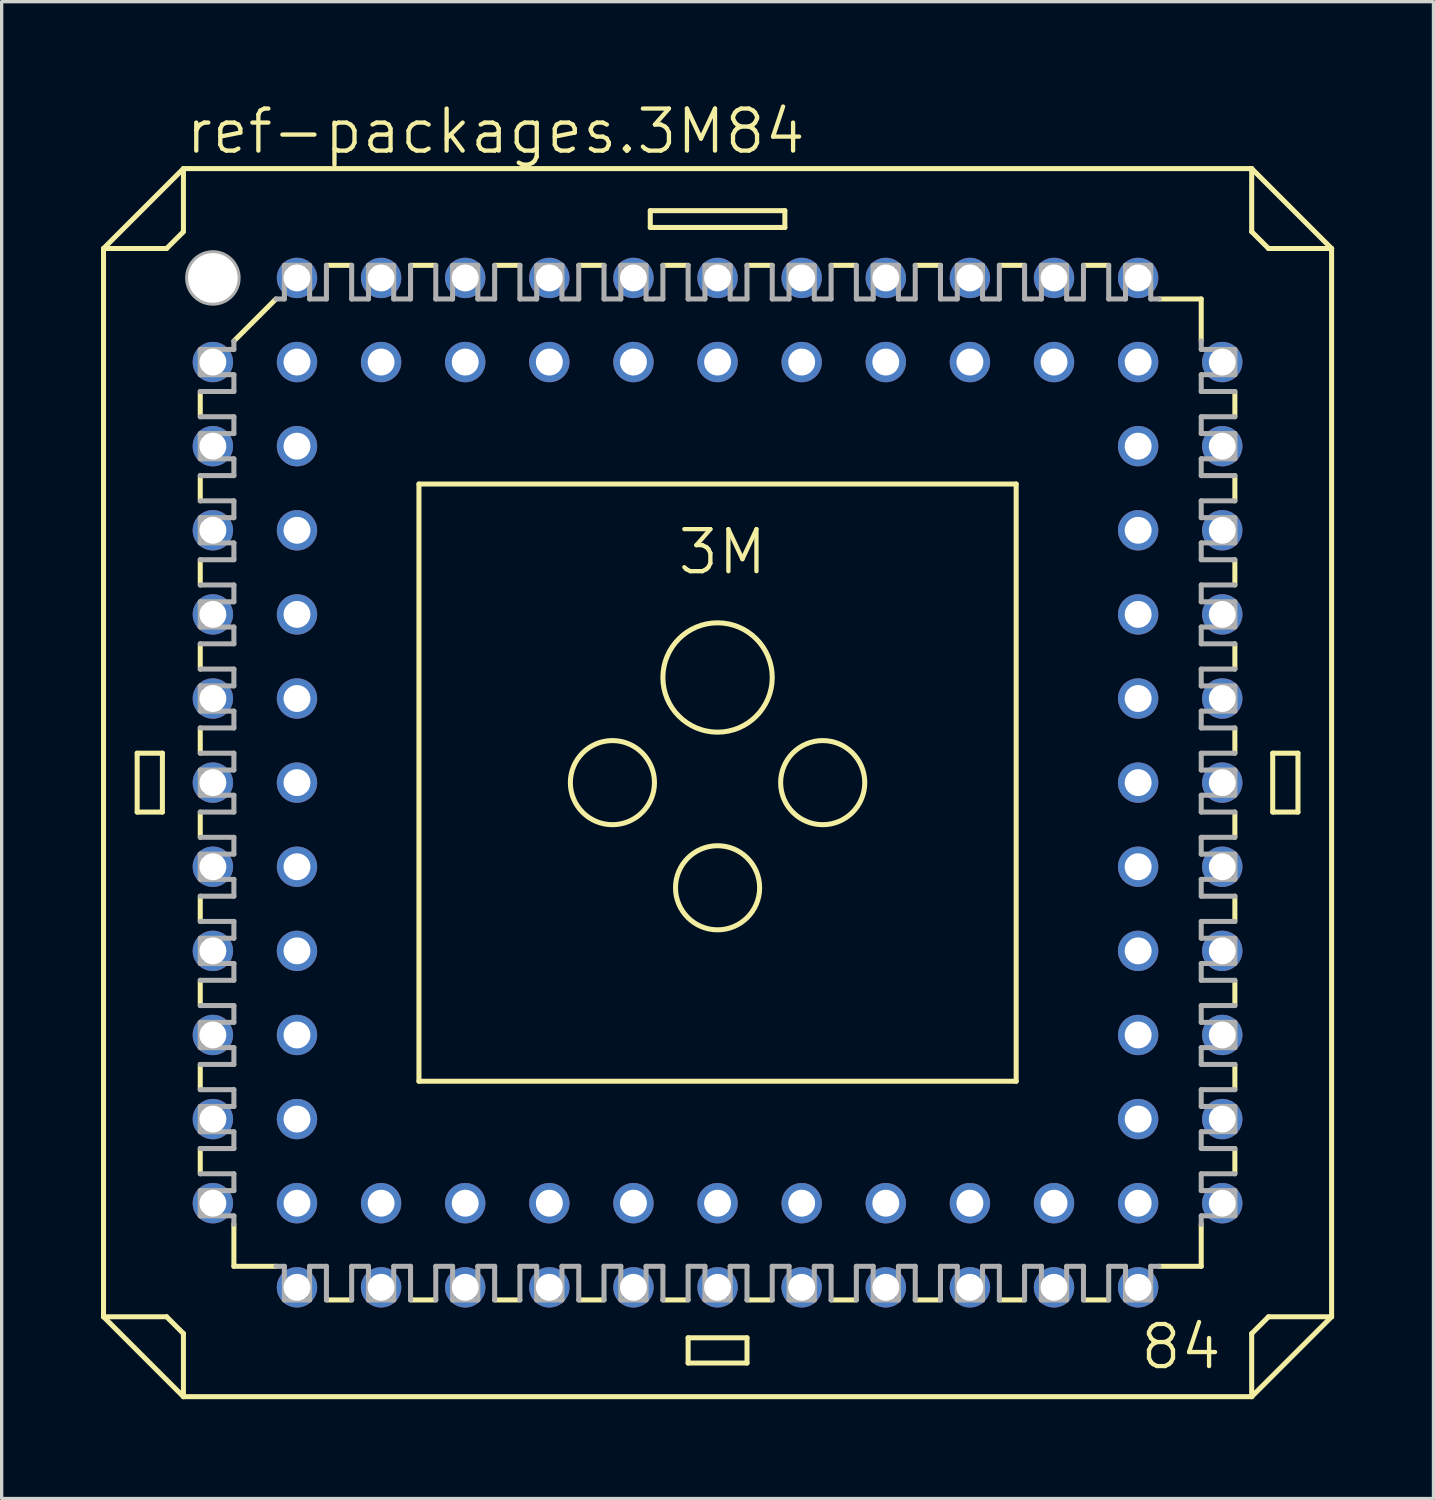
<source format=kicad_pcb>
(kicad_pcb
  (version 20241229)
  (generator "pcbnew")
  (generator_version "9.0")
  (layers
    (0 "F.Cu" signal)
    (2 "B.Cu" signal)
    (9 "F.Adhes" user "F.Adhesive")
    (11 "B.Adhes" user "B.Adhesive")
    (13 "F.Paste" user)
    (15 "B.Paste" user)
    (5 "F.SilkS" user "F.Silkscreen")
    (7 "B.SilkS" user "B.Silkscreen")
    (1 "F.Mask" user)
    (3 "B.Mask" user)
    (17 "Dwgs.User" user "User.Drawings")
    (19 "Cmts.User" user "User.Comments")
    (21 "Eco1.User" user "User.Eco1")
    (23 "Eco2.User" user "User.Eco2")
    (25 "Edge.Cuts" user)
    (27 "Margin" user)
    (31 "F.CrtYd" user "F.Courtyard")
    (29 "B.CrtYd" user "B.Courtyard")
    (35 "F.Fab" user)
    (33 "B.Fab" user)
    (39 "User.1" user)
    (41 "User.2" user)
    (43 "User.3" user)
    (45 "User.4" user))
  (footprint "ref-packages.3M84"
    (layer "F.Cu")
    (at 18.618 20.583)
    (property "Reference" "ref-packages.3M84" (at -16.129 -18.923 0) (layer "F.SilkS") (effects (font (size 1.27 1.27) (thickness 0.13)) (justify left bottom)))
    (attr through_hole)
    (fp_line (start -18.542 -16.129) (end -18.542 16.129) (stroke (width 0.152) (type default)) (layer "F.SilkS"))
    (fp_line (start -18.542 -16.129) (end -16.129 -18.542) (stroke (width 0.152) (type default)) (layer "F.SilkS"))
    (fp_line (start -18.542 16.129) (end -16.637 16.129) (stroke (width 0.152) (type default)) (layer "F.SilkS"))
    (fp_line (start -17.526 -0.889) (end -16.764 -0.889) (stroke (width 0.152) (type default)) (layer "F.SilkS"))
    (fp_line (start -17.526 0.889) (end -17.526 -0.889) (stroke (width 0.152) (type default)) (layer "F.SilkS"))
    (fp_line (start -17.526 0.889) (end -16.764 0.889) (stroke (width 0.152) (type default)) (layer "F.SilkS"))
    (fp_line (start -16.764 0.889) (end -16.764 -0.889) (stroke (width 0.152) (type default)) (layer "F.SilkS"))
    (fp_line (start -16.637 -16.129) (end -18.542 -16.129) (stroke (width 0.152) (type default)) (layer "F.SilkS"))
    (fp_line (start -16.637 -16.129) (end -16.129 -16.637) (stroke (width 0.152) (type default)) (layer "F.SilkS"))
    (fp_line (start -16.129 -18.542) (end -16.129 -16.637) (stroke (width 0.152) (type default)) (layer "F.SilkS"))
    (fp_line (start -16.129 16.637) (end -16.637 16.129) (stroke (width 0.152) (type default)) (layer "F.SilkS"))
    (fp_line (start -16.129 16.637) (end -16.129 18.542) (stroke (width 0.152) (type default)) (layer "F.SilkS"))
    (fp_line (start -16.129 18.542) (end -18.542 16.129) (stroke (width 0.152) (type default)) (layer "F.SilkS"))
    (fp_line (start -15.621 -11.811) (end -15.621 -11.049) (stroke (width 0.152) (type default)) (layer "F.SilkS"))
    (fp_line (start -15.621 -9.271) (end -15.621 -8.509) (stroke (width 0.152) (type default)) (layer "F.SilkS"))
    (fp_line (start -15.621 -6.731) (end -15.621 -5.969) (stroke (width 0.152) (type default)) (layer "F.SilkS"))
    (fp_line (start -15.621 -4.191) (end -15.621 -3.429) (stroke (width 0.152) (type default)) (layer "F.SilkS"))
    (fp_line (start -15.621 -0.889) (end -15.621 -1.651) (stroke (width 0.152) (type default)) (layer "F.SilkS"))
    (fp_line (start -15.621 1.651) (end -15.621 0.889) (stroke (width 0.152) (type default)) (layer "F.SilkS"))
    (fp_line (start -15.621 4.191) (end -15.621 3.429) (stroke (width 0.152) (type default)) (layer "F.SilkS"))
    (fp_line (start -15.621 5.969) (end -15.621 6.731) (stroke (width 0.152) (type default)) (layer "F.SilkS"))
    (fp_line (start -15.621 8.509) (end -15.621 9.271) (stroke (width 0.152) (type default)) (layer "F.SilkS"))
    (fp_line (start -15.621 11.049) (end -15.621 11.811) (stroke (width 0.152) (type default)) (layer "F.SilkS"))
    (fp_line (start -14.605 -13.335) (end -13.335 -14.605) (stroke (width 0.152) (type default)) (layer "F.SilkS"))
    (fp_line (start -14.605 14.605) (end -14.605 13.335) (stroke (width 0.152) (type default)) (layer "F.SilkS"))
    (fp_line (start -14.605 14.605) (end -13.335 14.605) (stroke (width 0.152) (type default)) (layer "F.SilkS"))
    (fp_line (start -11.811 15.621) (end -11.049 15.621) (stroke (width 0.152) (type default)) (layer "F.SilkS"))
    (fp_line (start -11.049 -15.621) (end -11.811 -15.621) (stroke (width 0.152) (type default)) (layer "F.SilkS"))
    (fp_line (start -9.271 15.621) (end -8.509 15.621) (stroke (width 0.152) (type default)) (layer "F.SilkS"))
    (fp_line (start -9.017 -9.017) (end -9.017 9.017) (stroke (width 0.152) (type default)) (layer "F.SilkS"))
    (fp_line (start -9.017 -9.017) (end 9.017 -9.017) (stroke (width 0.152) (type default)) (layer "F.SilkS"))
    (fp_line (start -8.509 -15.621) (end -9.271 -15.621) (stroke (width 0.152) (type default)) (layer "F.SilkS"))
    (fp_line (start -6.731 15.621) (end -5.969 15.621) (stroke (width 0.152) (type default)) (layer "F.SilkS"))
    (fp_line (start -5.969 -15.621) (end -6.731 -15.621) (stroke (width 0.152) (type default)) (layer "F.SilkS"))
    (fp_line (start -4.191 15.621) (end -3.429 15.621) (stroke (width 0.152) (type default)) (layer "F.SilkS"))
    (fp_line (start -3.429 -15.621) (end -4.191 -15.621) (stroke (width 0.152) (type default)) (layer "F.SilkS"))
    (fp_line (start -2.032 -17.272) (end -2.032 -16.764) (stroke (width 0.152) (type default)) (layer "F.SilkS"))
    (fp_line (start -1.651 15.621) (end -0.889 15.621) (stroke (width 0.152) (type default)) (layer "F.SilkS"))
    (fp_line (start -0.889 -15.621) (end -1.651 -15.621) (stroke (width 0.152) (type default)) (layer "F.SilkS"))
    (fp_line (start -0.889 17.526) (end -0.889 16.764) (stroke (width 0.152) (type default)) (layer "F.SilkS"))
    (fp_line (start -0.889 17.526) (end 0.889 17.526) (stroke (width 0.152) (type default)) (layer "F.SilkS"))
    (fp_line (start 0.889 15.621) (end 1.651 15.621) (stroke (width 0.152) (type default)) (layer "F.SilkS"))
    (fp_line (start 0.889 16.764) (end -0.889 16.764) (stroke (width 0.152) (type default)) (layer "F.SilkS"))
    (fp_line (start 0.889 16.764) (end 0.889 17.526) (stroke (width 0.152) (type default)) (layer "F.SilkS"))
    (fp_line (start 1.651 -15.621) (end 0.889 -15.621) (stroke (width 0.152) (type default)) (layer "F.SilkS"))
    (fp_line (start 2.032 -17.272) (end -2.032 -17.272) (stroke (width 0.152) (type default)) (layer "F.SilkS"))
    (fp_line (start 2.032 -16.764) (end -2.032 -16.764) (stroke (width 0.152) (type default)) (layer "F.SilkS"))
    (fp_line (start 2.032 -16.764) (end 2.032 -17.272) (stroke (width 0.152) (type default)) (layer "F.SilkS"))
    (fp_line (start 3.429 15.621) (end 4.191 15.621) (stroke (width 0.152) (type default)) (layer "F.SilkS"))
    (fp_line (start 4.191 -15.621) (end 3.429 -15.621) (stroke (width 0.152) (type default)) (layer "F.SilkS"))
    (fp_line (start 5.969 15.621) (end 6.731 15.621) (stroke (width 0.152) (type default)) (layer "F.SilkS"))
    (fp_line (start 6.731 -15.621) (end 5.969 -15.621) (stroke (width 0.152) (type default)) (layer "F.SilkS"))
    (fp_line (start 8.509 15.621) (end 9.271 15.621) (stroke (width 0.152) (type default)) (layer "F.SilkS"))
    (fp_line (start 9.017 9.017) (end -9.017 9.017) (stroke (width 0.152) (type default)) (layer "F.SilkS"))
    (fp_line (start 9.017 9.017) (end 9.017 -9.017) (stroke (width 0.152) (type default)) (layer "F.SilkS"))
    (fp_line (start 9.271 -15.621) (end 8.509 -15.621) (stroke (width 0.152) (type default)) (layer "F.SilkS"))
    (fp_line (start 11.049 15.621) (end 11.811 15.621) (stroke (width 0.152) (type default)) (layer "F.SilkS"))
    (fp_line (start 11.811 -15.621) (end 11.049 -15.621) (stroke (width 0.152) (type default)) (layer "F.SilkS"))
    (fp_line (start 13.335 14.605) (end 14.605 14.605) (stroke (width 0.152) (type default)) (layer "F.SilkS"))
    (fp_line (start 14.605 -14.605) (end 13.335 -14.605) (stroke (width 0.152) (type default)) (layer "F.SilkS"))
    (fp_line (start 14.605 -14.605) (end 14.605 -13.335) (stroke (width 0.152) (type default)) (layer "F.SilkS"))
    (fp_line (start 14.605 14.605) (end 14.605 13.335) (stroke (width 0.152) (type default)) (layer "F.SilkS"))
    (fp_line (start 15.621 -11.049) (end 15.621 -11.811) (stroke (width 0.152) (type default)) (layer "F.SilkS"))
    (fp_line (start 15.621 -8.509) (end 15.621 -9.271) (stroke (width 0.152) (type default)) (layer "F.SilkS"))
    (fp_line (start 15.621 -5.969) (end 15.621 -6.731) (stroke (width 0.152) (type default)) (layer "F.SilkS"))
    (fp_line (start 15.621 -4.191) (end 15.621 -3.429) (stroke (width 0.152) (type default)) (layer "F.SilkS"))
    (fp_line (start 15.621 -1.651) (end 15.621 -0.889) (stroke (width 0.152) (type default)) (layer "F.SilkS"))
    (fp_line (start 15.621 0.889) (end 15.621 1.651) (stroke (width 0.152) (type default)) (layer "F.SilkS"))
    (fp_line (start 15.621 4.191) (end 15.621 3.429) (stroke (width 0.152) (type default)) (layer "F.SilkS"))
    (fp_line (start 15.621 6.731) (end 15.621 5.969) (stroke (width 0.152) (type default)) (layer "F.SilkS"))
    (fp_line (start 15.621 9.271) (end 15.621 8.509) (stroke (width 0.152) (type default)) (layer "F.SilkS"))
    (fp_line (start 15.621 11.811) (end 15.621 11.049) (stroke (width 0.152) (type default)) (layer "F.SilkS"))
    (fp_line (start 16.129 -18.542) (end -16.129 -18.542) (stroke (width 0.152) (type default)) (layer "F.SilkS"))
    (fp_line (start 16.129 -18.542) (end 18.542 -16.129) (stroke (width 0.152) (type default)) (layer "F.SilkS"))
    (fp_line (start 16.129 -16.637) (end 16.129 -18.542) (stroke (width 0.152) (type default)) (layer "F.SilkS"))
    (fp_line (start 16.129 -16.637) (end 16.637 -16.129) (stroke (width 0.152) (type default)) (layer "F.SilkS"))
    (fp_line (start 16.129 18.542) (end -16.129 18.542) (stroke (width 0.152) (type default)) (layer "F.SilkS"))
    (fp_line (start 16.129 18.542) (end 16.129 16.637) (stroke (width 0.152) (type default)) (layer "F.SilkS"))
    (fp_line (start 16.637 16.129) (end 16.129 16.637) (stroke (width 0.152) (type default)) (layer "F.SilkS"))
    (fp_line (start 16.637 16.129) (end 18.542 16.129) (stroke (width 0.152) (type default)) (layer "F.SilkS"))
    (fp_line (start 16.764 -0.889) (end 16.764 0.889) (stroke (width 0.152) (type default)) (layer "F.SilkS"))
    (fp_line (start 16.764 -0.889) (end 17.526 -0.889) (stroke (width 0.152) (type default)) (layer "F.SilkS"))
    (fp_line (start 17.526 0.889) (end 16.764 0.889) (stroke (width 0.152) (type default)) (layer "F.SilkS"))
    (fp_line (start 17.526 0.889) (end 17.526 -0.889) (stroke (width 0.152) (type default)) (layer "F.SilkS"))
    (fp_line (start 18.542 -16.129) (end 16.637 -16.129) (stroke (width 0.152) (type default)) (layer "F.SilkS"))
    (fp_line (start 18.542 -16.129) (end 18.542 16.129) (stroke (width 0.152) (type default)) (layer "F.SilkS"))
    (fp_line (start 18.542 16.129) (end 16.129 18.542) (stroke (width 0.152) (type default)) (layer "F.SilkS"))
    (fp_circle (center -3.175 0) (end -1.905 0) (stroke (width 0.152) (type default)) (fill no) (layer "F.SilkS"))
    (fp_circle (center 0 -3.175) (end 1.651 -3.175) (stroke (width 0.152) (type default)) (fill no) (layer "F.SilkS"))
    (fp_circle (center 0 3.175) (end 1.27 3.175) (stroke (width 0.152) (type default)) (fill no) (layer "F.SilkS"))
    (fp_circle (center 3.175 0) (end 4.445 0) (stroke (width 0.152) (type default)) (fill no) (layer "F.SilkS"))
    (fp_line (start -15.621 -12.319) (end -15.621 -13.081) (stroke (width 0.152) (type default)) (layer "F.Fab"))
    (fp_line (start -15.621 -12.319) (end -14.605 -12.319) (stroke (width 0.152) (type default)) (layer "F.Fab"))
    (fp_line (start -15.621 -11.811) (end -14.605 -11.811) (stroke (width 0.152) (type default)) (layer "F.Fab"))
    (fp_line (start -15.621 -9.779) (end -15.621 -10.541) (stroke (width 0.152) (type default)) (layer "F.Fab"))
    (fp_line (start -15.621 -9.779) (end -14.605 -9.779) (stroke (width 0.152) (type default)) (layer "F.Fab"))
    (fp_line (start -15.621 -9.271) (end -14.605 -9.271) (stroke (width 0.152) (type default)) (layer "F.Fab"))
    (fp_line (start -15.621 -7.239) (end -15.621 -8.001) (stroke (width 0.152) (type default)) (layer "F.Fab"))
    (fp_line (start -15.621 -7.239) (end -14.605 -7.239) (stroke (width 0.152) (type default)) (layer "F.Fab"))
    (fp_line (start -15.621 -6.731) (end -14.605 -6.731) (stroke (width 0.152) (type default)) (layer "F.Fab"))
    (fp_line (start -15.621 -4.699) (end -15.621 -5.461) (stroke (width 0.152) (type default)) (layer "F.Fab"))
    (fp_line (start -15.621 -4.699) (end -14.605 -4.699) (stroke (width 0.152) (type default)) (layer "F.Fab"))
    (fp_line (start -15.621 -4.191) (end -14.605 -4.191) (stroke (width 0.152) (type default)) (layer "F.Fab"))
    (fp_line (start -15.621 -2.159) (end -15.621 -2.921) (stroke (width 0.152) (type default)) (layer "F.Fab"))
    (fp_line (start -15.621 -2.159) (end -14.605 -2.159) (stroke (width 0.152) (type default)) (layer "F.Fab"))
    (fp_line (start -15.621 -0.889) (end -14.605 -0.889) (stroke (width 0.152) (type default)) (layer "F.Fab"))
    (fp_line (start -15.621 0.381) (end -15.621 -0.381) (stroke (width 0.152) (type default)) (layer "F.Fab"))
    (fp_line (start -15.621 0.381) (end -14.605 0.381) (stroke (width 0.152) (type default)) (layer "F.Fab"))
    (fp_line (start -15.621 1.651) (end -14.605 1.651) (stroke (width 0.152) (type default)) (layer "F.Fab"))
    (fp_line (start -15.621 2.921) (end -15.621 2.159) (stroke (width 0.152) (type default)) (layer "F.Fab"))
    (fp_line (start -15.621 2.921) (end -14.605 2.921) (stroke (width 0.152) (type default)) (layer "F.Fab"))
    (fp_line (start -15.621 4.191) (end -14.605 4.191) (stroke (width 0.152) (type default)) (layer "F.Fab"))
    (fp_line (start -15.621 5.461) (end -15.621 4.699) (stroke (width 0.152) (type default)) (layer "F.Fab"))
    (fp_line (start -15.621 5.461) (end -14.605 5.461) (stroke (width 0.152) (type default)) (layer "F.Fab"))
    (fp_line (start -15.621 5.969) (end -14.605 5.969) (stroke (width 0.152) (type default)) (layer "F.Fab"))
    (fp_line (start -15.621 8.001) (end -15.621 7.239) (stroke (width 0.152) (type default)) (layer "F.Fab"))
    (fp_line (start -15.621 8.001) (end -14.605 8.001) (stroke (width 0.152) (type default)) (layer "F.Fab"))
    (fp_line (start -15.621 8.509) (end -14.605 8.509) (stroke (width 0.152) (type default)) (layer "F.Fab"))
    (fp_line (start -15.621 10.541) (end -15.621 9.779) (stroke (width 0.152) (type default)) (layer "F.Fab"))
    (fp_line (start -15.621 10.541) (end -14.605 10.541) (stroke (width 0.152) (type default)) (layer "F.Fab"))
    (fp_line (start -15.621 11.049) (end -14.605 11.049) (stroke (width 0.152) (type default)) (layer "F.Fab"))
    (fp_line (start -15.621 13.081) (end -15.621 12.319) (stroke (width 0.152) (type default)) (layer "F.Fab"))
    (fp_line (start -15.621 13.081) (end -14.605 13.081) (stroke (width 0.152) (type default)) (layer "F.Fab"))
    (fp_line (start -14.605 -13.081) (end -15.621 -13.081) (stroke (width 0.152) (type default)) (layer "F.Fab"))
    (fp_line (start -14.605 -13.081) (end -14.605 -13.335) (stroke (width 0.152) (type default)) (layer "F.Fab"))
    (fp_line (start -14.605 -12.319) (end -14.605 -11.811) (stroke (width 0.152) (type default)) (layer "F.Fab"))
    (fp_line (start -14.605 -11.049) (end -15.621 -11.049) (stroke (width 0.152) (type default)) (layer "F.Fab"))
    (fp_line (start -14.605 -10.541) (end -15.621 -10.541) (stroke (width 0.152) (type default)) (layer "F.Fab"))
    (fp_line (start -14.605 -10.541) (end -14.605 -11.049) (stroke (width 0.152) (type default)) (layer "F.Fab"))
    (fp_line (start -14.605 -9.779) (end -14.605 -9.271) (stroke (width 0.152) (type default)) (layer "F.Fab"))
    (fp_line (start -14.605 -8.509) (end -15.621 -8.509) (stroke (width 0.152) (type default)) (layer "F.Fab"))
    (fp_line (start -14.605 -8.001) (end -15.621 -8.001) (stroke (width 0.152) (type default)) (layer "F.Fab"))
    (fp_line (start -14.605 -8.001) (end -14.605 -8.509) (stroke (width 0.152) (type default)) (layer "F.Fab"))
    (fp_line (start -14.605 -6.731) (end -14.605 -7.239) (stroke (width 0.152) (type default)) (layer "F.Fab"))
    (fp_line (start -14.605 -5.969) (end -15.621 -5.969) (stroke (width 0.152) (type default)) (layer "F.Fab"))
    (fp_line (start -14.605 -5.969) (end -14.605 -5.461) (stroke (width 0.152) (type default)) (layer "F.Fab"))
    (fp_line (start -14.605 -5.461) (end -15.621 -5.461) (stroke (width 0.152) (type default)) (layer "F.Fab"))
    (fp_line (start -14.605 -4.699) (end -14.605 -4.191) (stroke (width 0.152) (type default)) (layer "F.Fab"))
    (fp_line (start -14.605 -3.429) (end -15.621 -3.429) (stroke (width 0.152) (type default)) (layer "F.Fab"))
    (fp_line (start -14.605 -3.429) (end -14.605 -2.921) (stroke (width 0.152) (type default)) (layer "F.Fab"))
    (fp_line (start -14.605 -2.921) (end -15.621 -2.921) (stroke (width 0.152) (type default)) (layer "F.Fab"))
    (fp_line (start -14.605 -2.159) (end -14.605 -1.651) (stroke (width 0.152) (type default)) (layer "F.Fab"))
    (fp_line (start -14.605 -1.651) (end -15.621 -1.651) (stroke (width 0.152) (type default)) (layer "F.Fab"))
    (fp_line (start -14.605 -0.381) (end -15.621 -0.381) (stroke (width 0.152) (type default)) (layer "F.Fab"))
    (fp_line (start -14.605 -0.381) (end -14.605 -0.889) (stroke (width 0.152) (type default)) (layer "F.Fab"))
    (fp_line (start -14.605 0.889) (end -15.621 0.889) (stroke (width 0.152) (type default)) (layer "F.Fab"))
    (fp_line (start -14.605 0.889) (end -14.605 0.381) (stroke (width 0.152) (type default)) (layer "F.Fab"))
    (fp_line (start -14.605 2.159) (end -15.621 2.159) (stroke (width 0.152) (type default)) (layer "F.Fab"))
    (fp_line (start -14.605 2.159) (end -14.605 1.651) (stroke (width 0.152) (type default)) (layer "F.Fab"))
    (fp_line (start -14.605 3.429) (end -15.621 3.429) (stroke (width 0.152) (type default)) (layer "F.Fab"))
    (fp_line (start -14.605 3.429) (end -14.605 2.921) (stroke (width 0.152) (type default)) (layer "F.Fab"))
    (fp_line (start -14.605 4.699) (end -15.621 4.699) (stroke (width 0.152) (type default)) (layer "F.Fab"))
    (fp_line (start -14.605 4.699) (end -14.605 4.191) (stroke (width 0.152) (type default)) (layer "F.Fab"))
    (fp_line (start -14.605 5.461) (end -14.605 5.969) (stroke (width 0.152) (type default)) (layer "F.Fab"))
    (fp_line (start -14.605 6.731) (end -15.621 6.731) (stroke (width 0.152) (type default)) (layer "F.Fab"))
    (fp_line (start -14.605 6.731) (end -14.605 7.239) (stroke (width 0.152) (type default)) (layer "F.Fab"))
    (fp_line (start -14.605 7.239) (end -15.621 7.239) (stroke (width 0.152) (type default)) (layer "F.Fab"))
    (fp_line (start -14.605 8.001) (end -14.605 8.509) (stroke (width 0.152) (type default)) (layer "F.Fab"))
    (fp_line (start -14.605 9.271) (end -15.621 9.271) (stroke (width 0.152) (type default)) (layer "F.Fab"))
    (fp_line (start -14.605 9.271) (end -14.605 9.779) (stroke (width 0.152) (type default)) (layer "F.Fab"))
    (fp_line (start -14.605 9.779) (end -15.621 9.779) (stroke (width 0.152) (type default)) (layer "F.Fab"))
    (fp_line (start -14.605 10.541) (end -14.605 11.049) (stroke (width 0.152) (type default)) (layer "F.Fab"))
    (fp_line (start -14.605 11.811) (end -15.621 11.811) (stroke (width 0.152) (type default)) (layer "F.Fab"))
    (fp_line (start -14.605 11.811) (end -14.605 12.319) (stroke (width 0.152) (type default)) (layer "F.Fab"))
    (fp_line (start -14.605 12.319) (end -15.621 12.319) (stroke (width 0.152) (type default)) (layer "F.Fab"))
    (fp_line (start -14.605 13.081) (end -14.605 13.335) (stroke (width 0.152) (type default)) (layer "F.Fab"))
    (fp_line (start -13.335 -14.605) (end -13.081 -14.605) (stroke (width 0.152) (type default)) (layer "F.Fab"))
    (fp_line (start -13.335 14.605) (end -13.081 14.605) (stroke (width 0.152) (type default)) (layer "F.Fab"))
    (fp_line (start -13.081 -15.621) (end -12.319 -15.621) (stroke (width 0.152) (type default)) (layer "F.Fab"))
    (fp_line (start -13.081 -14.605) (end -13.081 -15.621) (stroke (width 0.152) (type default)) (layer "F.Fab"))
    (fp_line (start -13.081 14.605) (end -13.081 15.621) (stroke (width 0.152) (type default)) (layer "F.Fab"))
    (fp_line (start -12.319 -14.605) (end -12.319 -15.621) (stroke (width 0.152) (type default)) (layer "F.Fab"))
    (fp_line (start -12.319 14.605) (end -11.811 14.605) (stroke (width 0.152) (type default)) (layer "F.Fab"))
    (fp_line (start -12.319 15.621) (end -13.081 15.621) (stroke (width 0.152) (type default)) (layer "F.Fab"))
    (fp_line (start -12.319 15.621) (end -12.319 14.605) (stroke (width 0.152) (type default)) (layer "F.Fab"))
    (fp_line (start -11.811 -14.605) (end -12.319 -14.605) (stroke (width 0.152) (type default)) (layer "F.Fab"))
    (fp_line (start -11.811 -14.605) (end -11.811 -15.621) (stroke (width 0.152) (type default)) (layer "F.Fab"))
    (fp_line (start -11.811 15.621) (end -11.811 14.605) (stroke (width 0.152) (type default)) (layer "F.Fab"))
    (fp_line (start -11.049 -15.621) (end -11.049 -14.605) (stroke (width 0.152) (type default)) (layer "F.Fab"))
    (fp_line (start -11.049 14.605) (end -11.049 15.621) (stroke (width 0.152) (type default)) (layer "F.Fab"))
    (fp_line (start -10.541 -15.621) (end -9.779 -15.621) (stroke (width 0.152) (type default)) (layer "F.Fab"))
    (fp_line (start -10.541 -14.605) (end -11.049 -14.605) (stroke (width 0.152) (type default)) (layer "F.Fab"))
    (fp_line (start -10.541 -14.605) (end -10.541 -15.621) (stroke (width 0.152) (type default)) (layer "F.Fab"))
    (fp_line (start -10.541 14.605) (end -11.049 14.605) (stroke (width 0.152) (type default)) (layer "F.Fab"))
    (fp_line (start -10.541 14.605) (end -10.541 15.621) (stroke (width 0.152) (type default)) (layer "F.Fab"))
    (fp_line (start -9.779 -14.605) (end -9.779 -15.621) (stroke (width 0.152) (type default)) (layer "F.Fab"))
    (fp_line (start -9.779 14.605) (end -9.271 14.605) (stroke (width 0.152) (type default)) (layer "F.Fab"))
    (fp_line (start -9.779 15.621) (end -10.541 15.621) (stroke (width 0.152) (type default)) (layer "F.Fab"))
    (fp_line (start -9.779 15.621) (end -9.779 14.605) (stroke (width 0.152) (type default)) (layer "F.Fab"))
    (fp_line (start -9.271 -14.605) (end -9.779 -14.605) (stroke (width 0.152) (type default)) (layer "F.Fab"))
    (fp_line (start -9.271 -14.605) (end -9.271 -15.621) (stroke (width 0.152) (type default)) (layer "F.Fab"))
    (fp_line (start -9.271 15.621) (end -9.271 14.605) (stroke (width 0.152) (type default)) (layer "F.Fab"))
    (fp_line (start -8.509 -15.621) (end -8.509 -14.605) (stroke (width 0.152) (type default)) (layer "F.Fab"))
    (fp_line (start -8.509 14.605) (end -8.509 15.621) (stroke (width 0.152) (type default)) (layer "F.Fab"))
    (fp_line (start -8.001 -15.621) (end -7.239 -15.621) (stroke (width 0.152) (type default)) (layer "F.Fab"))
    (fp_line (start -8.001 -14.605) (end -8.509 -14.605) (stroke (width 0.152) (type default)) (layer "F.Fab"))
    (fp_line (start -8.001 -14.605) (end -8.001 -15.621) (stroke (width 0.152) (type default)) (layer "F.Fab"))
    (fp_line (start -8.001 14.605) (end -8.509 14.605) (stroke (width 0.152) (type default)) (layer "F.Fab"))
    (fp_line (start -8.001 14.605) (end -8.001 15.621) (stroke (width 0.152) (type default)) (layer "F.Fab"))
    (fp_line (start -7.239 -14.605) (end -7.239 -15.621) (stroke (width 0.152) (type default)) (layer "F.Fab"))
    (fp_line (start -7.239 15.621) (end -8.001 15.621) (stroke (width 0.152) (type default)) (layer "F.Fab"))
    (fp_line (start -7.239 15.621) (end -7.239 14.605) (stroke (width 0.152) (type default)) (layer "F.Fab"))
    (fp_line (start -6.731 -14.605) (end -7.239 -14.605) (stroke (width 0.152) (type default)) (layer "F.Fab"))
    (fp_line (start -6.731 -14.605) (end -6.731 -15.621) (stroke (width 0.152) (type default)) (layer "F.Fab"))
    (fp_line (start -6.731 14.605) (end -7.239 14.605) (stroke (width 0.152) (type default)) (layer "F.Fab"))
    (fp_line (start -6.731 15.621) (end -6.731 14.605) (stroke (width 0.152) (type default)) (layer "F.Fab"))
    (fp_line (start -5.969 -15.621) (end -5.969 -14.605) (stroke (width 0.152) (type default)) (layer "F.Fab"))
    (fp_line (start -5.969 14.605) (end -5.969 15.621) (stroke (width 0.152) (type default)) (layer "F.Fab"))
    (fp_line (start -5.969 14.605) (end -5.461 14.605) (stroke (width 0.152) (type default)) (layer "F.Fab"))
    (fp_line (start -5.461 -15.621) (end -4.699 -15.621) (stroke (width 0.152) (type default)) (layer "F.Fab"))
    (fp_line (start -5.461 -14.605) (end -5.969 -14.605) (stroke (width 0.152) (type default)) (layer "F.Fab"))
    (fp_line (start -5.461 -14.605) (end -5.461 -15.621) (stroke (width 0.152) (type default)) (layer "F.Fab"))
    (fp_line (start -5.461 14.605) (end -5.461 15.621) (stroke (width 0.152) (type default)) (layer "F.Fab"))
    (fp_line (start -4.699 -14.605) (end -4.699 -15.621) (stroke (width 0.152) (type default)) (layer "F.Fab"))
    (fp_line (start -4.699 14.605) (end -4.191 14.605) (stroke (width 0.152) (type default)) (layer "F.Fab"))
    (fp_line (start -4.699 15.621) (end -5.461 15.621) (stroke (width 0.152) (type default)) (layer "F.Fab"))
    (fp_line (start -4.699 15.621) (end -4.699 14.605) (stroke (width 0.152) (type default)) (layer "F.Fab"))
    (fp_line (start -4.191 -14.605) (end -4.699 -14.605) (stroke (width 0.152) (type default)) (layer "F.Fab"))
    (fp_line (start -4.191 -14.605) (end -4.191 -15.621) (stroke (width 0.152) (type default)) (layer "F.Fab"))
    (fp_line (start -4.191 15.621) (end -4.191 14.605) (stroke (width 0.152) (type default)) (layer "F.Fab"))
    (fp_line (start -3.429 -15.621) (end -3.429 -14.605) (stroke (width 0.152) (type default)) (layer "F.Fab"))
    (fp_line (start -3.429 14.605) (end -3.429 15.621) (stroke (width 0.152) (type default)) (layer "F.Fab"))
    (fp_line (start -3.429 14.605) (end -2.921 14.605) (stroke (width 0.152) (type default)) (layer "F.Fab"))
    (fp_line (start -2.921 -15.621) (end -2.159 -15.621) (stroke (width 0.152) (type default)) (layer "F.Fab"))
    (fp_line (start -2.921 -14.605) (end -3.429 -14.605) (stroke (width 0.152) (type default)) (layer "F.Fab"))
    (fp_line (start -2.921 -14.605) (end -2.921 -15.621) (stroke (width 0.152) (type default)) (layer "F.Fab"))
    (fp_line (start -2.921 14.605) (end -2.921 15.621) (stroke (width 0.152) (type default)) (layer "F.Fab"))
    (fp_line (start -2.159 -14.605) (end -2.159 -15.621) (stroke (width 0.152) (type default)) (layer "F.Fab"))
    (fp_line (start -2.159 14.605) (end -1.651 14.605) (stroke (width 0.152) (type default)) (layer "F.Fab"))
    (fp_line (start -2.159 15.621) (end -2.921 15.621) (stroke (width 0.152) (type default)) (layer "F.Fab"))
    (fp_line (start -2.159 15.621) (end -2.159 14.605) (stroke (width 0.152) (type default)) (layer "F.Fab"))
    (fp_line (start -1.651 -14.605) (end -2.159 -14.605) (stroke (width 0.152) (type default)) (layer "F.Fab"))
    (fp_line (start -1.651 -14.605) (end -1.651 -15.621) (stroke (width 0.152) (type default)) (layer "F.Fab"))
    (fp_line (start -1.651 15.621) (end -1.651 14.605) (stroke (width 0.152) (type default)) (layer "F.Fab"))
    (fp_line (start -0.889 -15.621) (end -0.889 -14.605) (stroke (width 0.152) (type default)) (layer "F.Fab"))
    (fp_line (start -0.889 14.605) (end -0.889 15.621) (stroke (width 0.152) (type default)) (layer "F.Fab"))
    (fp_line (start -0.889 14.605) (end -0.381 14.605) (stroke (width 0.152) (type default)) (layer "F.Fab"))
    (fp_line (start -0.381 -15.621) (end -0.381 -14.605) (stroke (width 0.152) (type default)) (layer "F.Fab"))
    (fp_line (start -0.381 -15.621) (end 0.381 -15.621) (stroke (width 0.152) (type default)) (layer "F.Fab"))
    (fp_line (start -0.381 -14.605) (end -0.889 -14.605) (stroke (width 0.152) (type default)) (layer "F.Fab"))
    (fp_line (start -0.381 14.605) (end -0.381 15.621) (stroke (width 0.152) (type default)) (layer "F.Fab"))
    (fp_line (start 0.381 -14.605) (end 0.381 -15.621) (stroke (width 0.152) (type default)) (layer "F.Fab"))
    (fp_line (start 0.381 14.605) (end 0.889 14.605) (stroke (width 0.152) (type default)) (layer "F.Fab"))
    (fp_line (start 0.381 15.621) (end -0.381 15.621) (stroke (width 0.152) (type default)) (layer "F.Fab"))
    (fp_line (start 0.381 15.621) (end 0.381 14.605) (stroke (width 0.152) (type default)) (layer "F.Fab"))
    (fp_line (start 0.889 -14.605) (end 0.381 -14.605) (stroke (width 0.152) (type default)) (layer "F.Fab"))
    (fp_line (start 0.889 -14.605) (end 0.889 -15.621) (stroke (width 0.152) (type default)) (layer "F.Fab"))
    (fp_line (start 0.889 15.621) (end 0.889 14.605) (stroke (width 0.152) (type default)) (layer "F.Fab"))
    (fp_line (start 1.651 -15.621) (end 1.651 -14.605) (stroke (width 0.152) (type default)) (layer "F.Fab"))
    (fp_line (start 1.651 14.605) (end 1.651 15.621) (stroke (width 0.152) (type default)) (layer "F.Fab"))
    (fp_line (start 1.651 14.605) (end 2.159 14.605) (stroke (width 0.152) (type default)) (layer "F.Fab"))
    (fp_line (start 2.159 -15.621) (end 2.159 -14.605) (stroke (width 0.152) (type default)) (layer "F.Fab"))
    (fp_line (start 2.159 -15.621) (end 2.921 -15.621) (stroke (width 0.152) (type default)) (layer "F.Fab"))
    (fp_line (start 2.159 -14.605) (end 1.651 -14.605) (stroke (width 0.152) (type default)) (layer "F.Fab"))
    (fp_line (start 2.159 14.605) (end 2.159 15.621) (stroke (width 0.152) (type default)) (layer "F.Fab"))
    (fp_line (start 2.921 -14.605) (end 2.921 -15.621) (stroke (width 0.152) (type default)) (layer "F.Fab"))
    (fp_line (start 2.921 14.605) (end 3.429 14.605) (stroke (width 0.152) (type default)) (layer "F.Fab"))
    (fp_line (start 2.921 15.621) (end 2.159 15.621) (stroke (width 0.152) (type default)) (layer "F.Fab"))
    (fp_line (start 2.921 15.621) (end 2.921 14.605) (stroke (width 0.152) (type default)) (layer "F.Fab"))
    (fp_line (start 3.429 -14.605) (end 2.921 -14.605) (stroke (width 0.152) (type default)) (layer "F.Fab"))
    (fp_line (start 3.429 -14.605) (end 3.429 -15.621) (stroke (width 0.152) (type default)) (layer "F.Fab"))
    (fp_line (start 3.429 15.621) (end 3.429 14.605) (stroke (width 0.152) (type default)) (layer "F.Fab"))
    (fp_line (start 4.191 -15.621) (end 4.191 -14.605) (stroke (width 0.152) (type default)) (layer "F.Fab"))
    (fp_line (start 4.191 14.605) (end 4.191 15.621) (stroke (width 0.152) (type default)) (layer "F.Fab"))
    (fp_line (start 4.191 14.605) (end 4.699 14.605) (stroke (width 0.152) (type default)) (layer "F.Fab"))
    (fp_line (start 4.699 -15.621) (end 4.699 -14.605) (stroke (width 0.152) (type default)) (layer "F.Fab"))
    (fp_line (start 4.699 -15.621) (end 5.461 -15.621) (stroke (width 0.152) (type default)) (layer "F.Fab"))
    (fp_line (start 4.699 -14.605) (end 4.191 -14.605) (stroke (width 0.152) (type default)) (layer "F.Fab"))
    (fp_line (start 4.699 14.605) (end 4.699 15.621) (stroke (width 0.152) (type default)) (layer "F.Fab"))
    (fp_line (start 5.461 -14.605) (end 5.461 -15.621) (stroke (width 0.152) (type default)) (layer "F.Fab"))
    (fp_line (start 5.461 14.605) (end 5.969 14.605) (stroke (width 0.152) (type default)) (layer "F.Fab"))
    (fp_line (start 5.461 15.621) (end 4.699 15.621) (stroke (width 0.152) (type default)) (layer "F.Fab"))
    (fp_line (start 5.461 15.621) (end 5.461 14.605) (stroke (width 0.152) (type default)) (layer "F.Fab"))
    (fp_line (start 5.969 -14.605) (end 5.461 -14.605) (stroke (width 0.152) (type default)) (layer "F.Fab"))
    (fp_line (start 5.969 -14.605) (end 5.969 -15.621) (stroke (width 0.152) (type default)) (layer "F.Fab"))
    (fp_line (start 5.969 15.621) (end 5.969 14.605) (stroke (width 0.152) (type default)) (layer "F.Fab"))
    (fp_line (start 6.731 -15.621) (end 6.731 -14.605) (stroke (width 0.152) (type default)) (layer "F.Fab"))
    (fp_line (start 6.731 -14.605) (end 7.239 -14.605) (stroke (width 0.152) (type default)) (layer "F.Fab"))
    (fp_line (start 6.731 14.605) (end 6.731 15.621) (stroke (width 0.152) (type default)) (layer "F.Fab"))
    (fp_line (start 6.731 14.605) (end 7.239 14.605) (stroke (width 0.152) (type default)) (layer "F.Fab"))
    (fp_line (start 7.239 -15.621) (end 7.239 -14.605) (stroke (width 0.152) (type default)) (layer "F.Fab"))
    (fp_line (start 7.239 -15.621) (end 8.001 -15.621) (stroke (width 0.152) (type default)) (layer "F.Fab"))
    (fp_line (start 7.239 14.605) (end 7.239 15.621) (stroke (width 0.152) (type default)) (layer "F.Fab"))
    (fp_line (start 8.001 -14.605) (end 8.001 -15.621) (stroke (width 0.152) (type default)) (layer "F.Fab"))
    (fp_line (start 8.001 -14.605) (end 8.509 -14.605) (stroke (width 0.152) (type default)) (layer "F.Fab"))
    (fp_line (start 8.001 14.605) (end 8.509 14.605) (stroke (width 0.152) (type default)) (layer "F.Fab"))
    (fp_line (start 8.001 15.621) (end 7.239 15.621) (stroke (width 0.152) (type default)) (layer "F.Fab"))
    (fp_line (start 8.001 15.621) (end 8.001 14.605) (stroke (width 0.152) (type default)) (layer "F.Fab"))
    (fp_line (start 8.509 -14.605) (end 8.509 -15.621) (stroke (width 0.152) (type default)) (layer "F.Fab"))
    (fp_line (start 8.509 15.621) (end 8.509 14.605) (stroke (width 0.152) (type default)) (layer "F.Fab"))
    (fp_line (start 9.271 -15.621) (end 9.271 -14.605) (stroke (width 0.152) (type default)) (layer "F.Fab"))
    (fp_line (start 9.271 15.621) (end 9.271 14.605) (stroke (width 0.152) (type default)) (layer "F.Fab"))
    (fp_line (start 9.779 -15.621) (end 9.779 -14.605) (stroke (width 0.152) (type default)) (layer "F.Fab"))
    (fp_line (start 9.779 -15.621) (end 10.541 -15.621) (stroke (width 0.152) (type default)) (layer "F.Fab"))
    (fp_line (start 9.779 -14.605) (end 9.271 -14.605) (stroke (width 0.152) (type default)) (layer "F.Fab"))
    (fp_line (start 9.779 14.605) (end 9.271 14.605) (stroke (width 0.152) (type default)) (layer "F.Fab"))
    (fp_line (start 9.779 14.605) (end 9.779 15.621) (stroke (width 0.152) (type default)) (layer "F.Fab"))
    (fp_line (start 10.541 -14.605) (end 10.541 -15.621) (stroke (width 0.152) (type default)) (layer "F.Fab"))
    (fp_line (start 10.541 -14.605) (end 11.049 -14.605) (stroke (width 0.152) (type default)) (layer "F.Fab"))
    (fp_line (start 10.541 14.605) (end 11.049 14.605) (stroke (width 0.152) (type default)) (layer "F.Fab"))
    (fp_line (start 10.541 15.621) (end 9.779 15.621) (stroke (width 0.152) (type default)) (layer "F.Fab"))
    (fp_line (start 10.541 15.621) (end 10.541 14.605) (stroke (width 0.152) (type default)) (layer "F.Fab"))
    (fp_line (start 11.049 -14.605) (end 11.049 -15.621) (stroke (width 0.152) (type default)) (layer "F.Fab"))
    (fp_line (start 11.049 15.621) (end 11.049 14.605) (stroke (width 0.152) (type default)) (layer "F.Fab"))
    (fp_line (start 11.811 -15.621) (end 11.811 -14.605) (stroke (width 0.152) (type default)) (layer "F.Fab"))
    (fp_line (start 11.811 15.621) (end 11.811 14.605) (stroke (width 0.152) (type default)) (layer "F.Fab"))
    (fp_line (start 12.319 -15.621) (end 12.319 -14.605) (stroke (width 0.152) (type default)) (layer "F.Fab"))
    (fp_line (start 12.319 -15.621) (end 13.081 -15.621) (stroke (width 0.152) (type default)) (layer "F.Fab"))
    (fp_line (start 12.319 -14.605) (end 11.811 -14.605) (stroke (width 0.152) (type default)) (layer "F.Fab"))
    (fp_line (start 12.319 14.605) (end 11.811 14.605) (stroke (width 0.152) (type default)) (layer "F.Fab"))
    (fp_line (start 12.319 14.605) (end 12.319 15.621) (stroke (width 0.152) (type default)) (layer "F.Fab"))
    (fp_line (start 13.081 -14.605) (end 13.081 -15.621) (stroke (width 0.152) (type default)) (layer "F.Fab"))
    (fp_line (start 13.081 14.605) (end 13.335 14.605) (stroke (width 0.152) (type default)) (layer "F.Fab"))
    (fp_line (start 13.081 15.621) (end 12.319 15.621) (stroke (width 0.152) (type default)) (layer "F.Fab"))
    (fp_line (start 13.081 15.621) (end 13.081 14.605) (stroke (width 0.152) (type default)) (layer "F.Fab"))
    (fp_line (start 13.335 -14.605) (end 13.081 -14.605) (stroke (width 0.152) (type default)) (layer "F.Fab"))
    (fp_line (start 14.605 -13.081) (end 14.605 -13.335) (stroke (width 0.152) (type default)) (layer "F.Fab"))
    (fp_line (start 14.605 -12.319) (end 14.605 -11.811) (stroke (width 0.152) (type default)) (layer "F.Fab"))
    (fp_line (start 14.605 -12.319) (end 15.621 -12.319) (stroke (width 0.152) (type default)) (layer "F.Fab"))
    (fp_line (start 14.605 -11.811) (end 15.621 -11.811) (stroke (width 0.152) (type default)) (layer "F.Fab"))
    (fp_line (start 14.605 -10.541) (end 14.605 -11.049) (stroke (width 0.152) (type default)) (layer "F.Fab"))
    (fp_line (start 14.605 -9.779) (end 14.605 -9.271) (stroke (width 0.152) (type default)) (layer "F.Fab"))
    (fp_line (start 14.605 -9.779) (end 15.621 -9.779) (stroke (width 0.152) (type default)) (layer "F.Fab"))
    (fp_line (start 14.605 -9.271) (end 15.621 -9.271) (stroke (width 0.152) (type default)) (layer "F.Fab"))
    (fp_line (start 14.605 -8.001) (end 14.605 -8.509) (stroke (width 0.152) (type default)) (layer "F.Fab"))
    (fp_line (start 14.605 -7.239) (end 15.621 -7.239) (stroke (width 0.152) (type default)) (layer "F.Fab"))
    (fp_line (start 14.605 -6.731) (end 14.605 -7.239) (stroke (width 0.152) (type default)) (layer "F.Fab"))
    (fp_line (start 14.605 -6.731) (end 15.621 -6.731) (stroke (width 0.152) (type default)) (layer "F.Fab"))
    (fp_line (start 14.605 -5.461) (end 14.605 -5.969) (stroke (width 0.152) (type default)) (layer "F.Fab"))
    (fp_line (start 14.605 -4.699) (end 14.605 -4.191) (stroke (width 0.152) (type default)) (layer "F.Fab"))
    (fp_line (start 14.605 -4.699) (end 15.621 -4.699) (stroke (width 0.152) (type default)) (layer "F.Fab"))
    (fp_line (start 14.605 -3.429) (end 14.605 -2.921) (stroke (width 0.152) (type default)) (layer "F.Fab"))
    (fp_line (start 14.605 -3.429) (end 15.621 -3.429) (stroke (width 0.152) (type default)) (layer "F.Fab"))
    (fp_line (start 14.605 -2.159) (end 14.605 -1.651) (stroke (width 0.152) (type default)) (layer "F.Fab"))
    (fp_line (start 14.605 -2.159) (end 15.621 -2.159) (stroke (width 0.152) (type default)) (layer "F.Fab"))
    (fp_line (start 14.605 -0.889) (end 14.605 -0.381) (stroke (width 0.152) (type default)) (layer "F.Fab"))
    (fp_line (start 14.605 -0.889) (end 15.621 -0.889) (stroke (width 0.152) (type default)) (layer "F.Fab"))
    (fp_line (start 14.605 0.381) (end 14.605 0.889) (stroke (width 0.152) (type default)) (layer "F.Fab"))
    (fp_line (start 14.605 0.381) (end 15.621 0.381) (stroke (width 0.152) (type default)) (layer "F.Fab"))
    (fp_line (start 14.605 1.651) (end 14.605 2.159) (stroke (width 0.152) (type default)) (layer "F.Fab"))
    (fp_line (start 14.605 1.651) (end 15.621 1.651) (stroke (width 0.152) (type default)) (layer "F.Fab"))
    (fp_line (start 14.605 2.921) (end 15.621 2.921) (stroke (width 0.152) (type default)) (layer "F.Fab"))
    (fp_line (start 14.605 3.429) (end 14.605 2.921) (stroke (width 0.152) (type default)) (layer "F.Fab"))
    (fp_line (start 14.605 3.429) (end 15.621 3.429) (stroke (width 0.152) (type default)) (layer "F.Fab"))
    (fp_line (start 14.605 4.699) (end 14.605 4.191) (stroke (width 0.152) (type default)) (layer "F.Fab"))
    (fp_line (start 14.605 5.461) (end 15.621 5.461) (stroke (width 0.152) (type default)) (layer "F.Fab"))
    (fp_line (start 14.605 5.969) (end 14.605 5.461) (stroke (width 0.152) (type default)) (layer "F.Fab"))
    (fp_line (start 14.605 5.969) (end 15.621 5.969) (stroke (width 0.152) (type default)) (layer "F.Fab"))
    (fp_line (start 14.605 6.731) (end 14.605 7.239) (stroke (width 0.152) (type default)) (layer "F.Fab"))
    (fp_line (start 14.605 8.001) (end 14.605 8.509) (stroke (width 0.152) (type default)) (layer "F.Fab"))
    (fp_line (start 14.605 8.001) (end 15.621 8.001) (stroke (width 0.152) (type default)) (layer "F.Fab"))
    (fp_line (start 14.605 8.509) (end 15.621 8.509) (stroke (width 0.152) (type default)) (layer "F.Fab"))
    (fp_line (start 14.605 9.779) (end 14.605 9.271) (stroke (width 0.152) (type default)) (layer "F.Fab"))
    (fp_line (start 14.605 10.541) (end 14.605 11.049) (stroke (width 0.152) (type default)) (layer "F.Fab"))
    (fp_line (start 14.605 10.541) (end 15.621 10.541) (stroke (width 0.152) (type default)) (layer "F.Fab"))
    (fp_line (start 14.605 11.049) (end 15.621 11.049) (stroke (width 0.152) (type default)) (layer "F.Fab"))
    (fp_line (start 14.605 12.319) (end 14.605 11.811) (stroke (width 0.152) (type default)) (layer "F.Fab"))
    (fp_line (start 14.605 13.081) (end 15.621 13.081) (stroke (width 0.152) (type default)) (layer "F.Fab"))
    (fp_line (start 14.605 13.335) (end 14.605 13.081) (stroke (width 0.152) (type default)) (layer "F.Fab"))
    (fp_line (start 15.621 -13.081) (end 14.605 -13.081) (stroke (width 0.152) (type default)) (layer "F.Fab"))
    (fp_line (start 15.621 -13.081) (end 15.621 -12.319) (stroke (width 0.152) (type default)) (layer "F.Fab"))
    (fp_line (start 15.621 -11.049) (end 14.605 -11.049) (stroke (width 0.152) (type default)) (layer "F.Fab"))
    (fp_line (start 15.621 -10.541) (end 14.605 -10.541) (stroke (width 0.152) (type default)) (layer "F.Fab"))
    (fp_line (start 15.621 -10.541) (end 15.621 -9.779) (stroke (width 0.152) (type default)) (layer "F.Fab"))
    (fp_line (start 15.621 -8.509) (end 14.605 -8.509) (stroke (width 0.152) (type default)) (layer "F.Fab"))
    (fp_line (start 15.621 -8.001) (end 14.605 -8.001) (stroke (width 0.152) (type default)) (layer "F.Fab"))
    (fp_line (start 15.621 -8.001) (end 15.621 -7.239) (stroke (width 0.152) (type default)) (layer "F.Fab"))
    (fp_line (start 15.621 -5.969) (end 14.605 -5.969) (stroke (width 0.152) (type default)) (layer "F.Fab"))
    (fp_line (start 15.621 -5.461) (end 14.605 -5.461) (stroke (width 0.152) (type default)) (layer "F.Fab"))
    (fp_line (start 15.621 -5.461) (end 15.621 -4.699) (stroke (width 0.152) (type default)) (layer "F.Fab"))
    (fp_line (start 15.621 -4.191) (end 14.605 -4.191) (stroke (width 0.152) (type default)) (layer "F.Fab"))
    (fp_line (start 15.621 -2.921) (end 14.605 -2.921) (stroke (width 0.152) (type default)) (layer "F.Fab"))
    (fp_line (start 15.621 -2.921) (end 15.621 -2.159) (stroke (width 0.152) (type default)) (layer "F.Fab"))
    (fp_line (start 15.621 -1.651) (end 14.605 -1.651) (stroke (width 0.152) (type default)) (layer "F.Fab"))
    (fp_line (start 15.621 -0.381) (end 14.605 -0.381) (stroke (width 0.152) (type default)) (layer "F.Fab"))
    (fp_line (start 15.621 -0.381) (end 15.621 0.381) (stroke (width 0.152) (type default)) (layer "F.Fab"))
    (fp_line (start 15.621 0.889) (end 14.605 0.889) (stroke (width 0.152) (type default)) (layer "F.Fab"))
    (fp_line (start 15.621 2.159) (end 14.605 2.159) (stroke (width 0.152) (type default)) (layer "F.Fab"))
    (fp_line (start 15.621 2.159) (end 15.621 2.921) (stroke (width 0.152) (type default)) (layer "F.Fab"))
    (fp_line (start 15.621 4.191) (end 14.605 4.191) (stroke (width 0.152) (type default)) (layer "F.Fab"))
    (fp_line (start 15.621 4.699) (end 14.605 4.699) (stroke (width 0.152) (type default)) (layer "F.Fab"))
    (fp_line (start 15.621 4.699) (end 15.621 5.461) (stroke (width 0.152) (type default)) (layer "F.Fab"))
    (fp_line (start 15.621 6.731) (end 14.605 6.731) (stroke (width 0.152) (type default)) (layer "F.Fab"))
    (fp_line (start 15.621 7.239) (end 14.605 7.239) (stroke (width 0.152) (type default)) (layer "F.Fab"))
    (fp_line (start 15.621 7.239) (end 15.621 8.001) (stroke (width 0.152) (type default)) (layer "F.Fab"))
    (fp_line (start 15.621 9.271) (end 14.605 9.271) (stroke (width 0.152) (type default)) (layer "F.Fab"))
    (fp_line (start 15.621 9.779) (end 14.605 9.779) (stroke (width 0.152) (type default)) (layer "F.Fab"))
    (fp_line (start 15.621 9.779) (end 15.621 10.541) (stroke (width 0.152) (type default)) (layer "F.Fab"))
    (fp_line (start 15.621 11.811) (end 14.605 11.811) (stroke (width 0.152) (type default)) (layer "F.Fab"))
    (fp_line (start 15.621 12.319) (end 14.605 12.319) (stroke (width 0.152) (type default)) (layer "F.Fab"))
    (fp_line (start 15.621 12.319) (end 15.621 13.081) (stroke (width 0.152) (type default)) (layer "F.Fab"))
    (fp_circle (center -15.24 -15.24) (end -14.478 -15.24) (stroke (width 0.152) (type default)) (fill no) (layer "F.Fab"))
    (fp_text user "3M" (at -1.27 -6.223 0) (layer "F.SilkS") (effects (font (size 1.27 1.27) (thickness 0.13)) (justify left bottom)))
    (fp_text user "84" (at 12.7 17.78 0) (layer "F.SilkS") (effects (font (size 1.27 1.27) (thickness 0.13)) (justify left bottom)))
    (pad "" np_thru_hole circle (at -15.24 -15.24) (size 1.499 1.499) (drill 1.499) (layers "*.Cu" "*.Mask"))
    (pad "1" thru_hole circle (at 0 -15.24) (size 1.219 1.219) (drill 0.813) (layers "*.Cu" "*.Mask"))
    (pad "2" thru_hole circle (at 0 -12.7) (size 1.219 1.219) (drill 0.813) (layers "*.Cu" "*.Mask"))
    (pad "3" thru_hole circle (at -2.54 -15.24) (size 1.219 1.219) (drill 0.813) (layers "*.Cu" "*.Mask"))
    (pad "4" thru_hole circle (at -2.54 -12.7) (size 1.219 1.219) (drill 0.813) (layers "*.Cu" "*.Mask"))
    (pad "5" thru_hole circle (at -5.08 -15.24) (size 1.219 1.219) (drill 0.813) (layers "*.Cu" "*.Mask"))
    (pad "6" thru_hole circle (at -5.08 -12.7) (size 1.219 1.219) (drill 0.813) (layers "*.Cu" "*.Mask"))
    (pad "7" thru_hole circle (at -7.62 -15.24) (size 1.219 1.219) (drill 0.813) (layers "*.Cu" "*.Mask"))
    (pad "8" thru_hole circle (at -7.62 -12.7) (size 1.219 1.219) (drill 0.813) (layers "*.Cu" "*.Mask"))
    (pad "9" thru_hole circle (at -10.16 -15.24) (size 1.219 1.219) (drill 0.813) (layers "*.Cu" "*.Mask"))
    (pad "10" thru_hole circle (at -10.16 -12.7) (size 1.219 1.219) (drill 0.813) (layers "*.Cu" "*.Mask"))
    (pad "11" thru_hole circle (at -12.7 -15.24) (size 1.219 1.219) (drill 0.813) (layers "*.Cu" "*.Mask"))
    (pad "12" thru_hole circle (at -15.24 -12.7) (size 1.219 1.219) (drill 0.813) (layers "*.Cu" "*.Mask"))
    (pad "13" thru_hole circle (at -12.7 -12.7) (size 1.219 1.219) (drill 0.813) (layers "*.Cu" "*.Mask"))
    (pad "14" thru_hole circle (at -15.24 -10.16) (size 1.219 1.219) (drill 0.813) (layers "*.Cu" "*.Mask"))
    (pad "15" thru_hole circle (at -12.7 -10.16) (size 1.219 1.219) (drill 0.813) (layers "*.Cu" "*.Mask"))
    (pad "16" thru_hole circle (at -15.24 -7.62) (size 1.219 1.219) (drill 0.813) (layers "*.Cu" "*.Mask"))
    (pad "17" thru_hole circle (at -12.7 -7.62) (size 1.219 1.219) (drill 0.813) (layers "*.Cu" "*.Mask"))
    (pad "18" thru_hole circle (at -15.24 -5.08) (size 1.219 1.219) (drill 0.813) (layers "*.Cu" "*.Mask"))
    (pad "19" thru_hole circle (at -12.7 -5.08) (size 1.219 1.219) (drill 0.813) (layers "*.Cu" "*.Mask"))
    (pad "20" thru_hole circle (at -15.24 -2.54) (size 1.219 1.219) (drill 0.813) (layers "*.Cu" "*.Mask"))
    (pad "21" thru_hole circle (at -12.7 -2.54) (size 1.219 1.219) (drill 0.813) (layers "*.Cu" "*.Mask"))
    (pad "22" thru_hole circle (at -15.24 0) (size 1.219 1.219) (drill 0.813) (layers "*.Cu" "*.Mask"))
    (pad "23" thru_hole circle (at -12.7 0) (size 1.219 1.219) (drill 0.813) (layers "*.Cu" "*.Mask"))
    (pad "24" thru_hole circle (at -15.24 2.54) (size 1.219 1.219) (drill 0.813) (layers "*.Cu" "*.Mask"))
    (pad "25" thru_hole circle (at -12.7 2.54) (size 1.219 1.219) (drill 0.813) (layers "*.Cu" "*.Mask"))
    (pad "26" thru_hole circle (at -15.24 5.08) (size 1.219 1.219) (drill 0.813) (layers "*.Cu" "*.Mask"))
    (pad "27" thru_hole circle (at -12.7 5.08) (size 1.219 1.219) (drill 0.813) (layers "*.Cu" "*.Mask"))
    (pad "28" thru_hole circle (at -15.24 7.62) (size 1.219 1.219) (drill 0.813) (layers "*.Cu" "*.Mask"))
    (pad "29" thru_hole circle (at -12.7 7.62) (size 1.219 1.219) (drill 0.813) (layers "*.Cu" "*.Mask"))
    (pad "30" thru_hole circle (at -15.24 10.16) (size 1.219 1.219) (drill 0.813) (layers "*.Cu" "*.Mask"))
    (pad "31" thru_hole circle (at -12.7 10.16) (size 1.219 1.219) (drill 0.813) (layers "*.Cu" "*.Mask"))
    (pad "32" thru_hole circle (at -15.24 12.7) (size 1.219 1.219) (drill 0.813) (layers "*.Cu" "*.Mask"))
    (pad "33" thru_hole circle (at -12.7 15.24) (size 1.219 1.219) (drill 0.813) (layers "*.Cu" "*.Mask"))
    (pad "34" thru_hole circle (at -12.7 12.7) (size 1.219 1.219) (drill 0.813) (layers "*.Cu" "*.Mask"))
    (pad "35" thru_hole circle (at -10.16 15.24) (size 1.219 1.219) (drill 0.813) (layers "*.Cu" "*.Mask"))
    (pad "36" thru_hole circle (at -10.16 12.7) (size 1.219 1.219) (drill 0.813) (layers "*.Cu" "*.Mask"))
    (pad "37" thru_hole circle (at -7.62 15.24) (size 1.219 1.219) (drill 0.813) (layers "*.Cu" "*.Mask"))
    (pad "38" thru_hole circle (at -7.62 12.7) (size 1.219 1.219) (drill 0.813) (layers "*.Cu" "*.Mask"))
    (pad "39" thru_hole circle (at -5.08 15.24) (size 1.219 1.219) (drill 0.813) (layers "*.Cu" "*.Mask"))
    (pad "40" thru_hole circle (at -5.08 12.7) (size 1.219 1.219) (drill 0.813) (layers "*.Cu" "*.Mask"))
    (pad "41" thru_hole circle (at -2.54 15.24) (size 1.219 1.219) (drill 0.813) (layers "*.Cu" "*.Mask"))
    (pad "42" thru_hole circle (at -2.54 12.7) (size 1.219 1.219) (drill 0.813) (layers "*.Cu" "*.Mask"))
    (pad "43" thru_hole circle (at 0 15.24) (size 1.219 1.219) (drill 0.813) (layers "*.Cu" "*.Mask"))
    (pad "44" thru_hole circle (at 0 12.7) (size 1.219 1.219) (drill 0.813) (layers "*.Cu" "*.Mask"))
    (pad "45" thru_hole circle (at 2.54 15.24) (size 1.219 1.219) (drill 0.813) (layers "*.Cu" "*.Mask"))
    (pad "46" thru_hole circle (at 2.54 12.7) (size 1.219 1.219) (drill 0.813) (layers "*.Cu" "*.Mask"))
    (pad "47" thru_hole circle (at 5.08 15.24) (size 1.219 1.219) (drill 0.813) (layers "*.Cu" "*.Mask"))
    (pad "48" thru_hole circle (at 5.08 12.7) (size 1.219 1.219) (drill 0.813) (layers "*.Cu" "*.Mask"))
    (pad "49" thru_hole circle (at 7.62 15.24) (size 1.219 1.219) (drill 0.813) (layers "*.Cu" "*.Mask"))
    (pad "50" thru_hole circle (at 7.62 12.7) (size 1.219 1.219) (drill 0.813) (layers "*.Cu" "*.Mask"))
    (pad "51" thru_hole circle (at 10.16 15.24) (size 1.219 1.219) (drill 0.813) (layers "*.Cu" "*.Mask"))
    (pad "52" thru_hole circle (at 10.16 12.7) (size 1.219 1.219) (drill 0.813) (layers "*.Cu" "*.Mask"))
    (pad "53" thru_hole circle (at 12.7 15.24) (size 1.219 1.219) (drill 0.813) (layers "*.Cu" "*.Mask"))
    (pad "54" thru_hole circle (at 15.24 12.7) (size 1.219 1.219) (drill 0.813) (layers "*.Cu" "*.Mask"))
    (pad "55" thru_hole circle (at 12.7 12.7) (size 1.219 1.219) (drill 0.813) (layers "*.Cu" "*.Mask"))
    (pad "56" thru_hole circle (at 15.24 10.16) (size 1.219 1.219) (drill 0.813) (layers "*.Cu" "*.Mask"))
    (pad "57" thru_hole circle (at 12.7 10.16) (size 1.219 1.219) (drill 0.813) (layers "*.Cu" "*.Mask"))
    (pad "58" thru_hole circle (at 15.24 7.62) (size 1.219 1.219) (drill 0.813) (layers "*.Cu" "*.Mask"))
    (pad "59" thru_hole circle (at 12.7 7.62) (size 1.219 1.219) (drill 0.813) (layers "*.Cu" "*.Mask"))
    (pad "60" thru_hole circle (at 15.24 5.08) (size 1.219 1.219) (drill 0.813) (layers "*.Cu" "*.Mask"))
    (pad "61" thru_hole circle (at 12.7 5.08) (size 1.219 1.219) (drill 0.813) (layers "*.Cu" "*.Mask"))
    (pad "62" thru_hole circle (at 15.24 2.54) (size 1.219 1.219) (drill 0.813) (layers "*.Cu" "*.Mask"))
    (pad "63" thru_hole circle (at 12.7 2.54) (size 1.219 1.219) (drill 0.813) (layers "*.Cu" "*.Mask"))
    (pad "64" thru_hole circle (at 15.24 0) (size 1.219 1.219) (drill 0.813) (layers "*.Cu" "*.Mask"))
    (pad "65" thru_hole circle (at 12.7 0) (size 1.219 1.219) (drill 0.813) (layers "*.Cu" "*.Mask"))
    (pad "66" thru_hole circle (at 15.24 -2.54) (size 1.219 1.219) (drill 0.813) (layers "*.Cu" "*.Mask"))
    (pad "67" thru_hole circle (at 12.7 -2.54) (size 1.219 1.219) (drill 0.813) (layers "*.Cu" "*.Mask"))
    (pad "68" thru_hole circle (at 15.24 -5.08) (size 1.219 1.219) (drill 0.813) (layers "*.Cu" "*.Mask"))
    (pad "69" thru_hole circle (at 12.7 -5.08) (size 1.219 1.219) (drill 0.813) (layers "*.Cu" "*.Mask"))
    (pad "70" thru_hole circle (at 15.24 -7.62) (size 1.219 1.219) (drill 0.813) (layers "*.Cu" "*.Mask"))
    (pad "71" thru_hole circle (at 12.7 -7.62) (size 1.219 1.219) (drill 0.813) (layers "*.Cu" "*.Mask"))
    (pad "72" thru_hole circle (at 15.24 -10.16) (size 1.219 1.219) (drill 0.813) (layers "*.Cu" "*.Mask"))
    (pad "73" thru_hole circle (at 12.7 -10.16) (size 1.219 1.219) (drill 0.813) (layers "*.Cu" "*.Mask"))
    (pad "74" thru_hole circle (at 15.24 -12.7) (size 1.219 1.219) (drill 0.813) (layers "*.Cu" "*.Mask"))
    (pad "75" thru_hole circle (at 12.7 -15.24) (size 1.219 1.219) (drill 0.813) (layers "*.Cu" "*.Mask"))
    (pad "76" thru_hole circle (at 12.7 -12.7) (size 1.219 1.219) (drill 0.813) (layers "*.Cu" "*.Mask"))
    (pad "77" thru_hole circle (at 10.16 -15.24) (size 1.219 1.219) (drill 0.813) (layers "*.Cu" "*.Mask"))
    (pad "78" thru_hole circle (at 10.16 -12.7) (size 1.219 1.219) (drill 0.813) (layers "*.Cu" "*.Mask"))
    (pad "79" thru_hole circle (at 7.62 -15.24) (size 1.219 1.219) (drill 0.813) (layers "*.Cu" "*.Mask"))
    (pad "80" thru_hole circle (at 7.62 -12.7) (size 1.219 1.219) (drill 0.813) (layers "*.Cu" "*.Mask"))
    (pad "81" thru_hole circle (at 5.08 -15.24) (size 1.219 1.219) (drill 0.813) (layers "*.Cu" "*.Mask"))
    (pad "82" thru_hole circle (at 5.08 -12.7) (size 1.219 1.219) (drill 0.813) (layers "*.Cu" "*.Mask"))
    (pad "83" thru_hole circle (at 2.54 -15.24) (size 1.219 1.219) (drill 0.813) (layers "*.Cu" "*.Mask"))
    (pad "84" thru_hole circle (at 2.54 -12.7) (size 1.219 1.219) (drill 0.813) (layers "*.Cu" "*.Mask")))
  (gr_rect
    (start -3 -3)
    (end 40.236 42.201)
    (stroke (width 0.1) (type default))
    (fill no)
    (layer "Edge.Cuts")))
</source>
